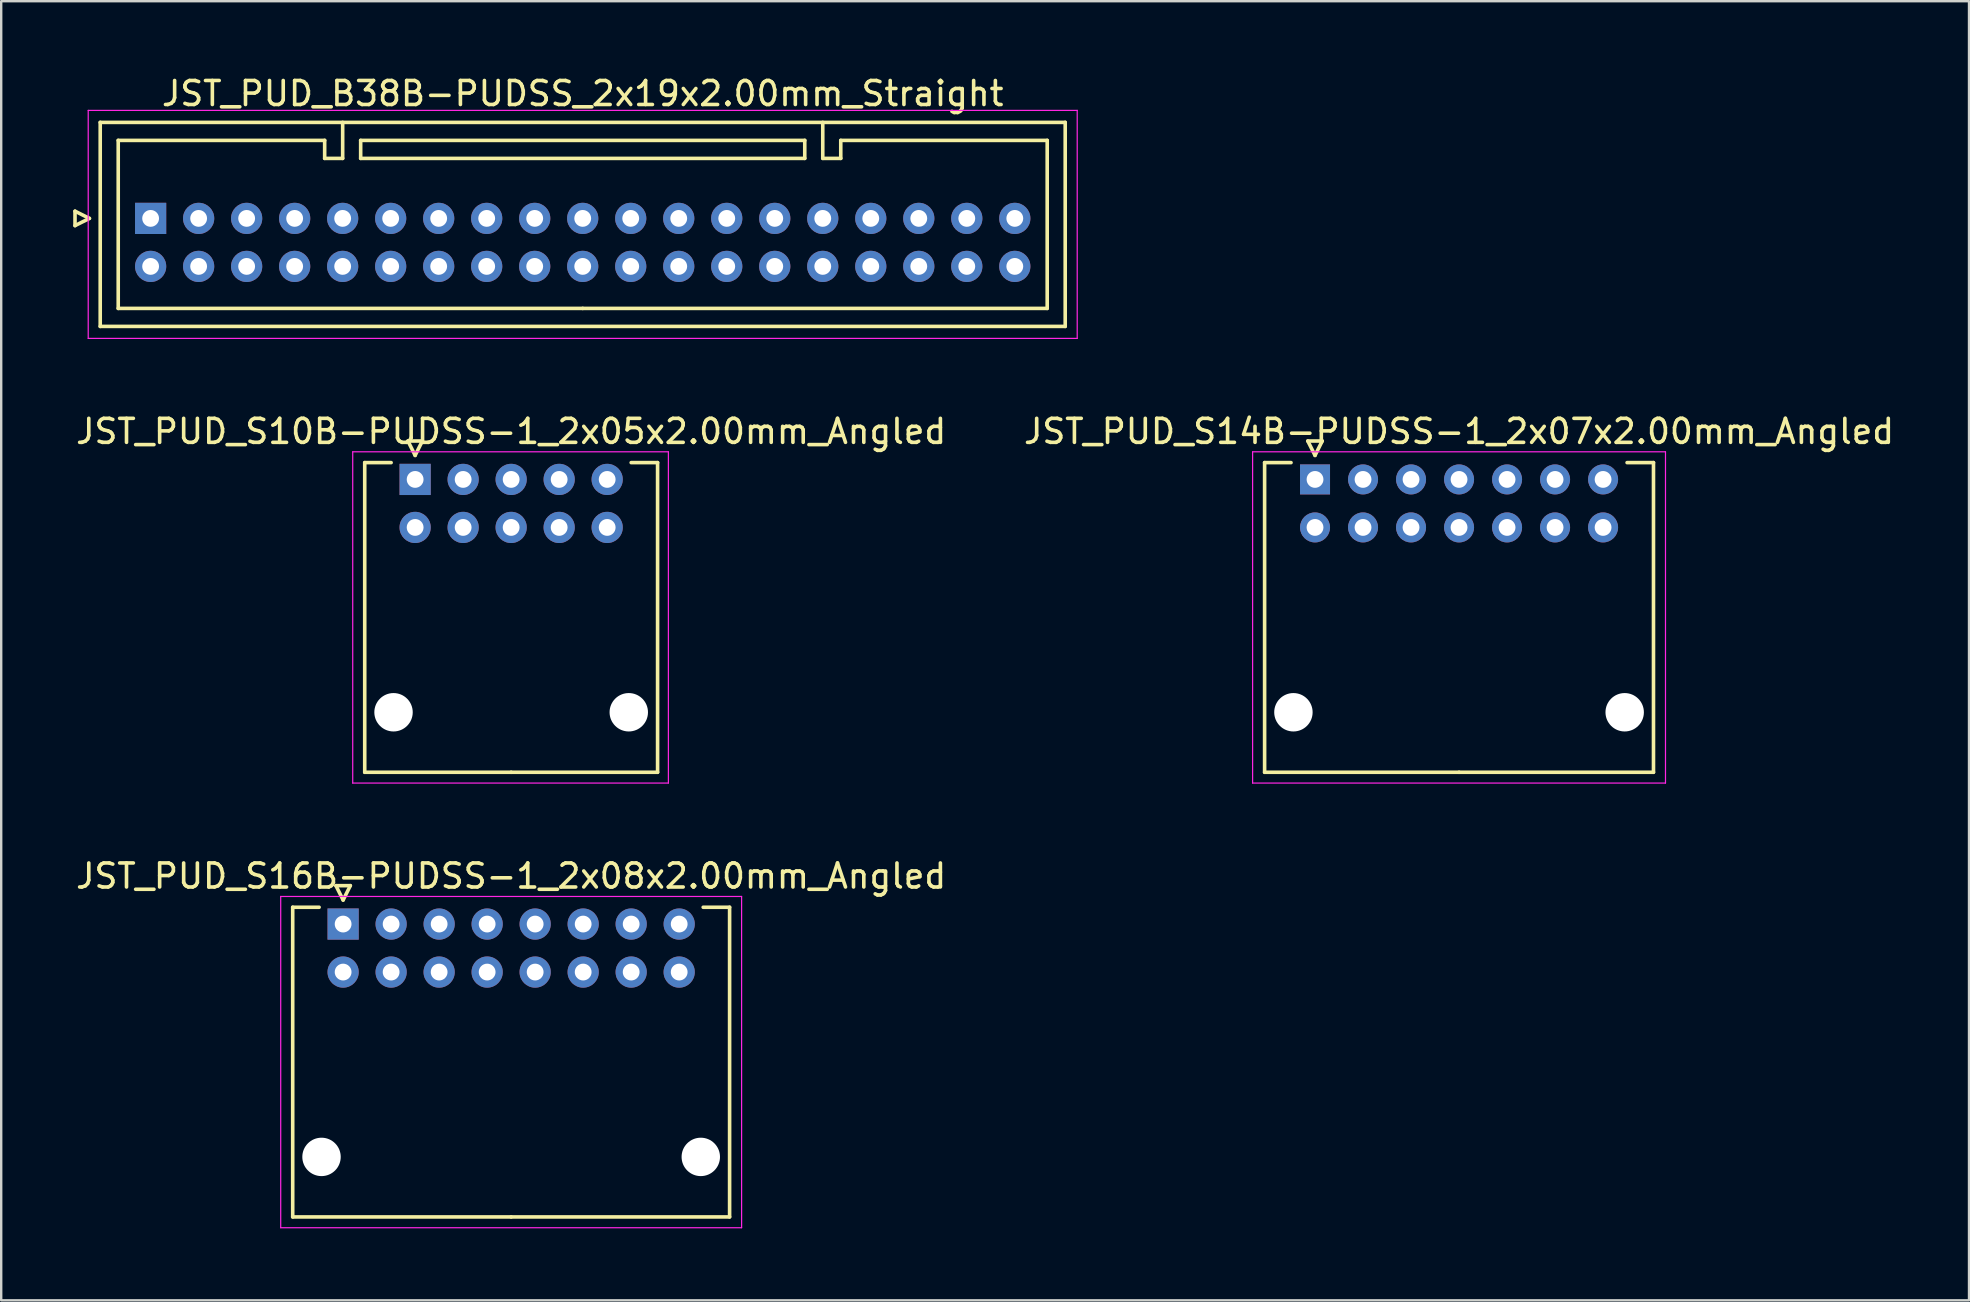
<source format=kicad_pcb>
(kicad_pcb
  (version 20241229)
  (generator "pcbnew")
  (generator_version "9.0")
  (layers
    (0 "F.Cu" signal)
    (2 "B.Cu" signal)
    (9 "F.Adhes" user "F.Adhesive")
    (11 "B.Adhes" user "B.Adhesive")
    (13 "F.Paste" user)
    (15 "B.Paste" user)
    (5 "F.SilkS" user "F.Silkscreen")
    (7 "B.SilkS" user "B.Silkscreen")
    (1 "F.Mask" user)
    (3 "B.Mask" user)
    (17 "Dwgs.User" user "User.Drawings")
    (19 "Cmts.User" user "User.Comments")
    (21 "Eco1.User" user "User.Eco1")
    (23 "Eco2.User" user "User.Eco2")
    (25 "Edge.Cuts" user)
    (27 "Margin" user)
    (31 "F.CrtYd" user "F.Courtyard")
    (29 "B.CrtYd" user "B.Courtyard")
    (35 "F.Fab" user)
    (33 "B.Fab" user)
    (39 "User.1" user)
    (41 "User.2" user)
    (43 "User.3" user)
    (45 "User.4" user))
  (footprint "JST_PUD_B38B-PUDSS_2x19x2.00mm_Straight"
    (layer "F.Cu")
    (at 3.225 6.048)
    (property "Reference" "JST_PUD_B38B-PUDSS_2x19x2.00mm_Straight" (at 18 -5.2 0) (layer "F.SilkS") (effects (font (size 1 1) (thickness 0.15))))
    (attr through_hole)
    (fp_line (start -3.15 -0.3) (end -2.55 0) (stroke (width 0.15) (type solid)) (layer "F.SilkS"))
    (fp_line (start -3.15 0.3) (end -3.15 -0.3) (stroke (width 0.15) (type solid)) (layer "F.SilkS"))
    (fp_line (start -2.55 0) (end -3.15 0.3) (stroke (width 0.15) (type solid)) (layer "F.SilkS"))
    (fp_line (start -2.1 -4) (end -2.1 4.5) (stroke (width 0.15) (type solid)) (layer "F.SilkS"))
    (fp_line (start -2.1 4.5) (end 38.1 4.5) (stroke (width 0.15) (type solid)) (layer "F.SilkS"))
    (fp_line (start -1.35 -3.25) (end -1.35 3.75) (stroke (width 0.15) (type solid)) (layer "F.SilkS"))
    (fp_line (start -1.35 3.75) (end 18 3.75) (stroke (width 0.15) (type solid)) (layer "F.SilkS"))
    (fp_line (start 7.25 -3.25) (end -1.35 -3.25) (stroke (width 0.15) (type solid)) (layer "F.SilkS"))
    (fp_line (start 7.25 -2.5) (end 7.25 -3.25) (stroke (width 0.15) (type solid)) (layer "F.SilkS"))
    (fp_line (start 8 -4) (end 8 -2.5) (stroke (width 0.15) (type solid)) (layer "F.SilkS"))
    (fp_line (start 8 -2.5) (end 7.25 -2.5) (stroke (width 0.15) (type solid)) (layer "F.SilkS"))
    (fp_line (start 8.75 -3.25) (end 8.75 -2.5) (stroke (width 0.15) (type solid)) (layer "F.SilkS"))
    (fp_line (start 8.75 -2.5) (end 27.25 -2.5) (stroke (width 0.15) (type solid)) (layer "F.SilkS"))
    (fp_line (start 27.25 -3.25) (end 8.75 -3.25) (stroke (width 0.15) (type solid)) (layer "F.SilkS"))
    (fp_line (start 27.25 -2.5) (end 27.25 -3.25) (stroke (width 0.15) (type solid)) (layer "F.SilkS"))
    (fp_line (start 28 -4) (end 28 -2.5) (stroke (width 0.15) (type solid)) (layer "F.SilkS"))
    (fp_line (start 28 -2.5) (end 28.75 -2.5) (stroke (width 0.15) (type solid)) (layer "F.SilkS"))
    (fp_line (start 28.75 -3.25) (end 37.35 -3.25) (stroke (width 0.15) (type solid)) (layer "F.SilkS"))
    (fp_line (start 28.75 -2.5) (end 28.75 -3.25) (stroke (width 0.15) (type solid)) (layer "F.SilkS"))
    (fp_line (start 37.35 -3.25) (end 37.35 3.75) (stroke (width 0.15) (type solid)) (layer "F.SilkS"))
    (fp_line (start 37.35 3.75) (end 18 3.75) (stroke (width 0.15) (type solid)) (layer "F.SilkS"))
    (fp_line (start 38.1 -4) (end -2.1 -4) (stroke (width 0.15) (type solid)) (layer "F.SilkS"))
    (fp_line (start 38.1 4.5) (end 38.1 -4) (stroke (width 0.15) (type solid)) (layer "F.SilkS"))
    (fp_line (start -2.6 -4.5) (end -2.6 5) (stroke (width 0.05) (type solid)) (layer "F.CrtYd"))
    (fp_line (start -2.6 5) (end 38.6 5) (stroke (width 0.05) (type solid)) (layer "F.CrtYd"))
    (fp_line (start 38.6 -4.5) (end -2.6 -4.5) (stroke (width 0.05) (type solid)) (layer "F.CrtYd"))
    (fp_line (start 38.6 5) (end 38.6 -4.5) (stroke (width 0.05) (type solid)) (layer "F.CrtYd"))
    (pad "1" thru_hole rect (at 0 0) (size 1.3 1.3) (drill 0.7) (layers "*.Cu" "*.Mask"))
    (pad "2" thru_hole circle (at 0 2) (size 1.3 1.3) (drill 0.7) (layers "*.Cu" "*.Mask"))
    (pad "3" thru_hole circle (at 2 0) (size 1.3 1.3) (drill 0.7) (layers "*.Cu" "*.Mask"))
    (pad "4" thru_hole circle (at 2 2) (size 1.3 1.3) (drill 0.7) (layers "*.Cu" "*.Mask"))
    (pad "5" thru_hole circle (at 4 0) (size 1.3 1.3) (drill 0.7) (layers "*.Cu" "*.Mask"))
    (pad "6" thru_hole circle (at 4 2) (size 1.3 1.3) (drill 0.7) (layers "*.Cu" "*.Mask"))
    (pad "7" thru_hole circle (at 6 0) (size 1.3 1.3) (drill 0.7) (layers "*.Cu" "*.Mask"))
    (pad "8" thru_hole circle (at 6 2) (size 1.3 1.3) (drill 0.7) (layers "*.Cu" "*.Mask"))
    (pad "9" thru_hole circle (at 8 0) (size 1.3 1.3) (drill 0.7) (layers "*.Cu" "*.Mask"))
    (pad "10" thru_hole circle (at 8 2) (size 1.3 1.3) (drill 0.7) (layers "*.Cu" "*.Mask"))
    (pad "11" thru_hole circle (at 10 0) (size 1.3 1.3) (drill 0.7) (layers "*.Cu" "*.Mask"))
    (pad "12" thru_hole circle (at 10 2) (size 1.3 1.3) (drill 0.7) (layers "*.Cu" "*.Mask"))
    (pad "13" thru_hole circle (at 12 0) (size 1.3 1.3) (drill 0.7) (layers "*.Cu" "*.Mask"))
    (pad "14" thru_hole circle (at 12 2) (size 1.3 1.3) (drill 0.7) (layers "*.Cu" "*.Mask"))
    (pad "15" thru_hole circle (at 14 0) (size 1.3 1.3) (drill 0.7) (layers "*.Cu" "*.Mask"))
    (pad "16" thru_hole circle (at 14 2) (size 1.3 1.3) (drill 0.7) (layers "*.Cu" "*.Mask"))
    (pad "17" thru_hole circle (at 16 0) (size 1.3 1.3) (drill 0.7) (layers "*.Cu" "*.Mask"))
    (pad "18" thru_hole circle (at 16 2) (size 1.3 1.3) (drill 0.7) (layers "*.Cu" "*.Mask"))
    (pad "19" thru_hole circle (at 18 0) (size 1.3 1.3) (drill 0.7) (layers "*.Cu" "*.Mask"))
    (pad "20" thru_hole circle (at 18 2) (size 1.3 1.3) (drill 0.7) (layers "*.Cu" "*.Mask"))
    (pad "21" thru_hole circle (at 20 0) (size 1.3 1.3) (drill 0.7) (layers "*.Cu" "*.Mask"))
    (pad "22" thru_hole circle (at 20 2) (size 1.3 1.3) (drill 0.7) (layers "*.Cu" "*.Mask"))
    (pad "23" thru_hole circle (at 22 0) (size 1.3 1.3) (drill 0.7) (layers "*.Cu" "*.Mask"))
    (pad "24" thru_hole circle (at 22 2) (size 1.3 1.3) (drill 0.7) (layers "*.Cu" "*.Mask"))
    (pad "25" thru_hole circle (at 24 0) (size 1.3 1.3) (drill 0.7) (layers "*.Cu" "*.Mask"))
    (pad "26" thru_hole circle (at 24 2) (size 1.3 1.3) (drill 0.7) (layers "*.Cu" "*.Mask"))
    (pad "27" thru_hole circle (at 26 0) (size 1.3 1.3) (drill 0.7) (layers "*.Cu" "*.Mask"))
    (pad "28" thru_hole circle (at 26 2) (size 1.3 1.3) (drill 0.7) (layers "*.Cu" "*.Mask"))
    (pad "29" thru_hole circle (at 28 0) (size 1.3 1.3) (drill 0.7) (layers "*.Cu" "*.Mask"))
    (pad "30" thru_hole circle (at 28 2) (size 1.3 1.3) (drill 0.7) (layers "*.Cu" "*.Mask"))
    (pad "31" thru_hole circle (at 30 0) (size 1.3 1.3) (drill 0.7) (layers "*.Cu" "*.Mask"))
    (pad "32" thru_hole circle (at 30 2) (size 1.3 1.3) (drill 0.7) (layers "*.Cu" "*.Mask"))
    (pad "33" thru_hole circle (at 32 0) (size 1.3 1.3) (drill 0.7) (layers "*.Cu" "*.Mask"))
    (pad "34" thru_hole circle (at 32 2) (size 1.3 1.3) (drill 0.7) (layers "*.Cu" "*.Mask"))
    (pad "35" thru_hole circle (at 34 0) (size 1.3 1.3) (drill 0.7) (layers "*.Cu" "*.Mask"))
    (pad "36" thru_hole circle (at 34 2) (size 1.3 1.3) (drill 0.7) (layers "*.Cu" "*.Mask"))
    (pad "37" thru_hole circle (at 36 0) (size 1.3 1.3) (drill 0.7) (layers "*.Cu" "*.Mask"))
    (pad "38" thru_hole circle (at 36 2) (size 1.3 1.3) (drill 0.7) (layers "*.Cu" "*.Mask")))
  (footprint "JST_PUD_S14B-PUDSS-1_2x07x2.00mm_Angled"
    (layer "F.Cu")
    (at 51.732 16.922)
    (property "Reference" "JST_PUD_S14B-PUDSS-1_2x07x2.00mm_Angled" (at 6 -2 0) (layer "F.SilkS") (effects (font (size 1 1) (thickness 0.15))))
    (attr through_hole)
    (fp_line (start -2.1 -0.7) (end -2.1 12.2) (stroke (width 0.15) (type solid)) (layer "F.SilkS"))
    (fp_line (start -2.1 12.2) (end 6 12.2) (stroke (width 0.15) (type solid)) (layer "F.SilkS"))
    (fp_line (start -1 -0.7) (end -2.1 -0.7) (stroke (width 0.15) (type solid)) (layer "F.SilkS"))
    (fp_line (start -0.3 -1.6) (end 0.3 -1.6) (stroke (width 0.15) (type solid)) (layer "F.SilkS"))
    (fp_line (start 0 -1) (end -0.3 -1.6) (stroke (width 0.15) (type solid)) (layer "F.SilkS"))
    (fp_line (start 0.3 -1.6) (end 0 -1) (stroke (width 0.15) (type solid)) (layer "F.SilkS"))
    (fp_line (start 13 -0.7) (end 14.1 -0.7) (stroke (width 0.15) (type solid)) (layer "F.SilkS"))
    (fp_line (start 14.1 -0.7) (end 14.1 12.2) (stroke (width 0.15) (type solid)) (layer "F.SilkS"))
    (fp_line (start 14.1 12.2) (end 6 12.2) (stroke (width 0.15) (type solid)) (layer "F.SilkS"))
    (fp_line (start -2.6 -1.15) (end -2.6 12.65) (stroke (width 0.05) (type solid)) (layer "F.CrtYd"))
    (fp_line (start -2.6 12.65) (end 14.6 12.65) (stroke (width 0.05) (type solid)) (layer "F.CrtYd"))
    (fp_line (start 14.6 -1.15) (end -2.6 -1.15) (stroke (width 0.05) (type solid)) (layer "F.CrtYd"))
    (fp_line (start 14.6 12.65) (end 14.6 -1.15) (stroke (width 0.05) (type solid)) (layer "F.CrtYd"))
    (pad "" np_thru_hole circle (at -0.9 9.7) (size 1.6 1.6) (drill 1.6) (layers "*.Cu"))
    (pad "" np_thru_hole circle (at 12.9 9.7) (size 1.6 1.6) (drill 1.6) (layers "*.Cu"))
    (pad "1" thru_hole rect (at 0 0) (size 1.25 1.25) (drill 0.7) (layers "*.Cu" "*.Mask"))
    (pad "2" thru_hole circle (at 0 2) (size 1.25 1.25) (drill 0.7) (layers "*.Cu" "*.Mask"))
    (pad "3" thru_hole circle (at 2 0) (size 1.25 1.25) (drill 0.7) (layers "*.Cu" "*.Mask"))
    (pad "4" thru_hole circle (at 2 2) (size 1.25 1.25) (drill 0.7) (layers "*.Cu" "*.Mask"))
    (pad "5" thru_hole circle (at 4 0) (size 1.25 1.25) (drill 0.7) (layers "*.Cu" "*.Mask"))
    (pad "6" thru_hole circle (at 4 2) (size 1.25 1.25) (drill 0.7) (layers "*.Cu" "*.Mask"))
    (pad "7" thru_hole circle (at 6 0) (size 1.25 1.25) (drill 0.7) (layers "*.Cu" "*.Mask"))
    (pad "8" thru_hole circle (at 6 2) (size 1.25 1.25) (drill 0.7) (layers "*.Cu" "*.Mask"))
    (pad "9" thru_hole circle (at 8 0) (size 1.25 1.25) (drill 0.7) (layers "*.Cu" "*.Mask"))
    (pad "10" thru_hole circle (at 8 2) (size 1.25 1.25) (drill 0.7) (layers "*.Cu" "*.Mask"))
    (pad "11" thru_hole circle (at 10 0) (size 1.25 1.25) (drill 0.7) (layers "*.Cu" "*.Mask"))
    (pad "12" thru_hole circle (at 10 2) (size 1.25 1.25) (drill 0.7) (layers "*.Cu" "*.Mask"))
    (pad "13" thru_hole circle (at 12 0) (size 1.25 1.25) (drill 0.7) (layers "*.Cu" "*.Mask"))
    (pad "14" thru_hole circle (at 12 2) (size 1.25 1.25) (drill 0.7) (layers "*.Cu" "*.Mask")))
  (footprint "JST_PUD_S16B-PUDSS-1_2x08x2.00mm_Angled"
    (layer "F.Cu")
    (at 11.244 35.445)
    (property "Reference" "JST_PUD_S16B-PUDSS-1_2x08x2.00mm_Angled" (at 7 -2 0) (layer "F.SilkS") (effects (font (size 1 1) (thickness 0.15))))
    (attr through_hole)
    (fp_line (start -2.1 -0.7) (end -2.1 12.2) (stroke (width 0.15) (type solid)) (layer "F.SilkS"))
    (fp_line (start -2.1 12.2) (end 7 12.2) (stroke (width 0.15) (type solid)) (layer "F.SilkS"))
    (fp_line (start -1 -0.7) (end -2.1 -0.7) (stroke (width 0.15) (type solid)) (layer "F.SilkS"))
    (fp_line (start -0.3 -1.6) (end 0.3 -1.6) (stroke (width 0.15) (type solid)) (layer "F.SilkS"))
    (fp_line (start 0 -1) (end -0.3 -1.6) (stroke (width 0.15) (type solid)) (layer "F.SilkS"))
    (fp_line (start 0.3 -1.6) (end 0 -1) (stroke (width 0.15) (type solid)) (layer "F.SilkS"))
    (fp_line (start 15 -0.7) (end 16.1 -0.7) (stroke (width 0.15) (type solid)) (layer "F.SilkS"))
    (fp_line (start 16.1 -0.7) (end 16.1 12.2) (stroke (width 0.15) (type solid)) (layer "F.SilkS"))
    (fp_line (start 16.1 12.2) (end 7 12.2) (stroke (width 0.15) (type solid)) (layer "F.SilkS"))
    (fp_line (start -2.6 -1.15) (end -2.6 12.65) (stroke (width 0.05) (type solid)) (layer "F.CrtYd"))
    (fp_line (start -2.6 12.65) (end 16.6 12.65) (stroke (width 0.05) (type solid)) (layer "F.CrtYd"))
    (fp_line (start 16.6 -1.15) (end -2.6 -1.15) (stroke (width 0.05) (type solid)) (layer "F.CrtYd"))
    (fp_line (start 16.6 12.65) (end 16.6 -1.15) (stroke (width 0.05) (type solid)) (layer "F.CrtYd"))
    (pad "" np_thru_hole circle (at -0.9 9.7) (size 1.6 1.6) (drill 1.6) (layers "*.Cu"))
    (pad "" np_thru_hole circle (at 14.9 9.7) (size 1.6 1.6) (drill 1.6) (layers "*.Cu"))
    (pad "1" thru_hole rect (at 0 0) (size 1.3 1.3) (drill 0.7) (layers "*.Cu" "*.Mask"))
    (pad "2" thru_hole circle (at 0 2) (size 1.3 1.3) (drill 0.7) (layers "*.Cu" "*.Mask"))
    (pad "3" thru_hole circle (at 2 0) (size 1.3 1.3) (drill 0.7) (layers "*.Cu" "*.Mask"))
    (pad "4" thru_hole circle (at 2 2) (size 1.3 1.3) (drill 0.7) (layers "*.Cu" "*.Mask"))
    (pad "5" thru_hole circle (at 4 0) (size 1.3 1.3) (drill 0.7) (layers "*.Cu" "*.Mask"))
    (pad "6" thru_hole circle (at 4 2) (size 1.3 1.3) (drill 0.7) (layers "*.Cu" "*.Mask"))
    (pad "7" thru_hole circle (at 6 0) (size 1.3 1.3) (drill 0.7) (layers "*.Cu" "*.Mask"))
    (pad "8" thru_hole circle (at 6 2) (size 1.3 1.3) (drill 0.7) (layers "*.Cu" "*.Mask"))
    (pad "9" thru_hole circle (at 8 0) (size 1.3 1.3) (drill 0.7) (layers "*.Cu" "*.Mask"))
    (pad "10" thru_hole circle (at 8 2) (size 1.3 1.3) (drill 0.7) (layers "*.Cu" "*.Mask"))
    (pad "11" thru_hole circle (at 10 0) (size 1.3 1.3) (drill 0.7) (layers "*.Cu" "*.Mask"))
    (pad "12" thru_hole circle (at 10 2) (size 1.3 1.3) (drill 0.7) (layers "*.Cu" "*.Mask"))
    (pad "13" thru_hole circle (at 12 0) (size 1.3 1.3) (drill 0.7) (layers "*.Cu" "*.Mask"))
    (pad "14" thru_hole circle (at 12 2) (size 1.3 1.3) (drill 0.7) (layers "*.Cu" "*.Mask"))
    (pad "15" thru_hole circle (at 14 0) (size 1.3 1.3) (drill 0.7) (layers "*.Cu" "*.Mask"))
    (pad "16" thru_hole circle (at 14 2) (size 1.3 1.3) (drill 0.7) (layers "*.Cu" "*.Mask")))
  (footprint "JST_PUD_S10B-PUDSS-1_2x05x2.00mm_Angled"
    (layer "F.Cu")
    (at 14.244 16.922)
    (property "Reference" "JST_PUD_S10B-PUDSS-1_2x05x2.00mm_Angled" (at 4 -2 0) (layer "F.SilkS") (effects (font (size 1 1) (thickness 0.15))))
    (attr through_hole)
    (fp_line (start -2.1 -0.7) (end -2.1 12.2) (stroke (width 0.15) (type solid)) (layer "F.SilkS"))
    (fp_line (start -2.1 12.2) (end 4 12.2) (stroke (width 0.15) (type solid)) (layer "F.SilkS"))
    (fp_line (start -1 -0.7) (end -2.1 -0.7) (stroke (width 0.15) (type solid)) (layer "F.SilkS"))
    (fp_line (start -0.3 -1.6) (end 0.3 -1.6) (stroke (width 0.15) (type solid)) (layer "F.SilkS"))
    (fp_line (start 0 -1) (end -0.3 -1.6) (stroke (width 0.15) (type solid)) (layer "F.SilkS"))
    (fp_line (start 0.3 -1.6) (end 0 -1) (stroke (width 0.15) (type solid)) (layer "F.SilkS"))
    (fp_line (start 9 -0.7) (end 10.1 -0.7) (stroke (width 0.15) (type solid)) (layer "F.SilkS"))
    (fp_line (start 10.1 -0.7) (end 10.1 12.2) (stroke (width 0.15) (type solid)) (layer "F.SilkS"))
    (fp_line (start 10.1 12.2) (end 4 12.2) (stroke (width 0.15) (type solid)) (layer "F.SilkS"))
    (fp_line (start -2.6 -1.15) (end -2.6 12.65) (stroke (width 0.05) (type solid)) (layer "F.CrtYd"))
    (fp_line (start -2.6 12.65) (end 10.55 12.65) (stroke (width 0.05) (type solid)) (layer "F.CrtYd"))
    (fp_line (start 10.55 -1.15) (end -2.6 -1.15) (stroke (width 0.05) (type solid)) (layer "F.CrtYd"))
    (fp_line (start 10.55 12.65) (end 10.55 -1.15) (stroke (width 0.05) (type solid)) (layer "F.CrtYd"))
    (pad "" np_thru_hole circle (at -0.9 9.7) (size 1.6 1.6) (drill 1.6) (layers "*.Cu"))
    (pad "" np_thru_hole circle (at 8.9 9.7) (size 1.6 1.6) (drill 1.6) (layers "*.Cu"))
    (pad "1" thru_hole rect (at 0 0) (size 1.3 1.3) (drill 0.7) (layers "*.Cu" "*.Mask"))
    (pad "2" thru_hole circle (at 0 2) (size 1.3 1.3) (drill 0.7) (layers "*.Cu" "*.Mask"))
    (pad "3" thru_hole circle (at 2 0) (size 1.3 1.3) (drill 0.7) (layers "*.Cu" "*.Mask"))
    (pad "4" thru_hole circle (at 2 2) (size 1.3 1.3) (drill 0.7) (layers "*.Cu" "*.Mask"))
    (pad "5" thru_hole circle (at 4 0) (size 1.3 1.3) (drill 0.7) (layers "*.Cu" "*.Mask"))
    (pad "6" thru_hole circle (at 4 2) (size 1.3 1.3) (drill 0.7) (layers "*.Cu" "*.Mask"))
    (pad "7" thru_hole circle (at 6 0) (size 1.3 1.3) (drill 0.7) (layers "*.Cu" "*.Mask"))
    (pad "8" thru_hole circle (at 6 2) (size 1.3 1.3) (drill 0.7) (layers "*.Cu" "*.Mask"))
    (pad "9" thru_hole circle (at 8 0) (size 1.3 1.3) (drill 0.7) (layers "*.Cu" "*.Mask"))
    (pad "10" thru_hole circle (at 8 2) (size 1.3 1.3) (drill 0.7) (layers "*.Cu" "*.Mask")))
  (gr_rect
    (start -3 -3)
    (end 78.976 51.12)
    (stroke (width 0.1) (type default))
    (fill no)
    (layer "Edge.Cuts")))
</source>
